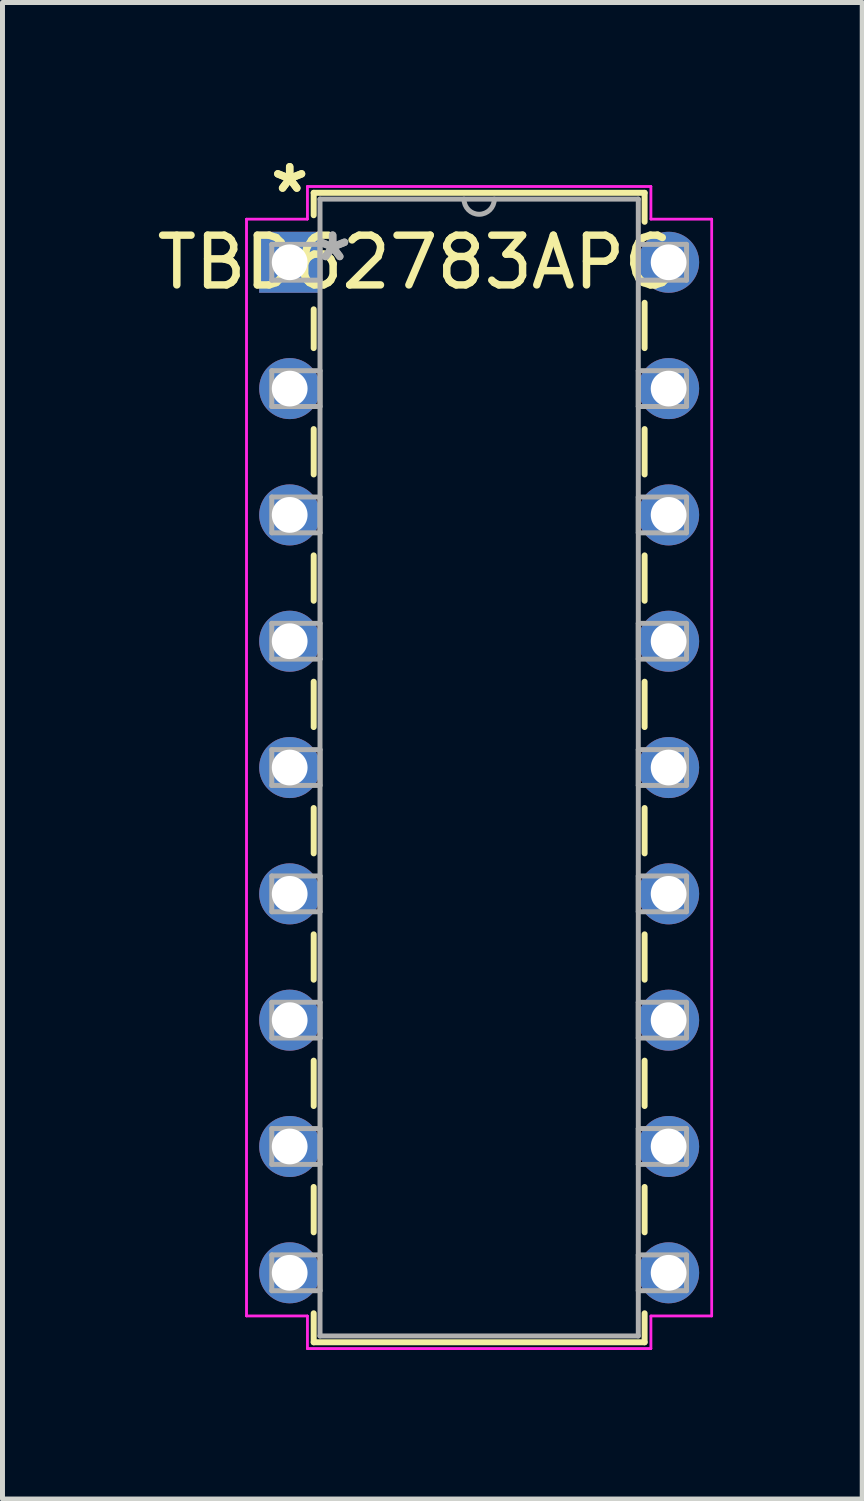
<source format=kicad_pcb>
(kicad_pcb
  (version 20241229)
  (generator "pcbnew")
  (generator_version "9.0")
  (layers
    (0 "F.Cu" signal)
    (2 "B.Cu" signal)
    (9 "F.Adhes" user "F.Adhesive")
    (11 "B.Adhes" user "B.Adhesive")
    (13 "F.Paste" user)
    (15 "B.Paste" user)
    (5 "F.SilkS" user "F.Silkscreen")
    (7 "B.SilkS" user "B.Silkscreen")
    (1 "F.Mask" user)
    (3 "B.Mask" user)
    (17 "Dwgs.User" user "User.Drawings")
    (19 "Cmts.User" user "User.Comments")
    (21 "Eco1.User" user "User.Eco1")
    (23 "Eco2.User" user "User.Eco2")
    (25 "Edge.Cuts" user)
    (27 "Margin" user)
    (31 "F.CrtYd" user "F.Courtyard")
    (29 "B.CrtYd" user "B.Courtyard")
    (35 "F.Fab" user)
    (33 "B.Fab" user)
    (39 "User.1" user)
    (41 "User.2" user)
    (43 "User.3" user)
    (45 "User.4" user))
  (footprint "TBD62783APG"
    (layer "F.Cu")
    (at 2.775 2.224)
    (property "Reference" "TBD62783APG" (at 2.54 0 0) (layer "F.SilkS") (effects (font (size 1 1) (thickness 0.15))))
    (attr through_hole)
    (fp_line (start 0.483 -1.397) (end 0.483 -0.946) (stroke (width 0.12) (type solid)) (layer "F.SilkS"))
    (fp_line (start 0.483 0.946) (end 0.483 1.726) (stroke (width 0.12) (type solid)) (layer "F.SilkS"))
    (fp_line (start 0.483 3.354) (end 0.483 4.266) (stroke (width 0.12) (type solid)) (layer "F.SilkS"))
    (fp_line (start 0.483 5.894) (end 0.483 6.806) (stroke (width 0.12) (type solid)) (layer "F.SilkS"))
    (fp_line (start 0.483 8.434) (end 0.483 9.346) (stroke (width 0.12) (type solid)) (layer "F.SilkS"))
    (fp_line (start 0.483 10.974) (end 0.483 11.886) (stroke (width 0.12) (type solid)) (layer "F.SilkS"))
    (fp_line (start 0.483 13.514) (end 0.483 14.426) (stroke (width 0.12) (type solid)) (layer "F.SilkS"))
    (fp_line (start 0.483 16.054) (end 0.483 16.966) (stroke (width 0.12) (type solid)) (layer "F.SilkS"))
    (fp_line (start 0.483 18.594) (end 0.483 19.506) (stroke (width 0.12) (type solid)) (layer "F.SilkS"))
    (fp_line (start 0.483 21.134) (end 0.483 21.717) (stroke (width 0.12) (type solid)) (layer "F.SilkS"))
    (fp_line (start 0.483 21.717) (end 7.137 21.717) (stroke (width 0.12) (type solid)) (layer "F.SilkS"))
    (fp_line (start 7.137 -1.397) (end 0.483 -1.397) (stroke (width 0.12) (type solid)) (layer "F.SilkS"))
    (fp_line (start 7.137 -0.814) (end 7.137 -1.397) (stroke (width 0.12) (type solid)) (layer "F.SilkS"))
    (fp_line (start 7.137 1.726) (end 7.137 0.814) (stroke (width 0.12) (type solid)) (layer "F.SilkS"))
    (fp_line (start 7.137 4.266) (end 7.137 3.354) (stroke (width 0.12) (type solid)) (layer "F.SilkS"))
    (fp_line (start 7.137 6.806) (end 7.137 5.894) (stroke (width 0.12) (type solid)) (layer "F.SilkS"))
    (fp_line (start 7.137 9.346) (end 7.137 8.434) (stroke (width 0.12) (type solid)) (layer "F.SilkS"))
    (fp_line (start 7.137 11.886) (end 7.137 10.974) (stroke (width 0.12) (type solid)) (layer "F.SilkS"))
    (fp_line (start 7.137 14.426) (end 7.137 13.514) (stroke (width 0.12) (type solid)) (layer "F.SilkS"))
    (fp_line (start 7.137 16.966) (end 7.137 16.054) (stroke (width 0.12) (type solid)) (layer "F.SilkS"))
    (fp_line (start 7.137 19.506) (end 7.137 18.594) (stroke (width 0.12) (type solid)) (layer "F.SilkS"))
    (fp_line (start 7.137 21.717) (end 7.137 21.134) (stroke (width 0.12) (type solid)) (layer "F.SilkS"))
    (fp_line (start -0.868 -0.868) (end -0.868 21.188) (stroke (width 0.05) (type solid)) (layer "F.CrtYd"))
    (fp_line (start -0.868 -0.868) (end 0.356 -0.868) (stroke (width 0.05) (type solid)) (layer "F.CrtYd"))
    (fp_line (start -0.868 21.188) (end -0.868 -0.868) (stroke (width 0.05) (type solid)) (layer "F.CrtYd"))
    (fp_line (start -0.868 21.188) (end 0.356 21.188) (stroke (width 0.05) (type solid)) (layer "F.CrtYd"))
    (fp_line (start 0.356 -1.524) (end 0.356 -0.868) (stroke (width 0.05) (type solid)) (layer "F.CrtYd"))
    (fp_line (start 0.356 -1.524) (end 7.264 -1.524) (stroke (width 0.05) (type solid)) (layer "F.CrtYd"))
    (fp_line (start 0.356 -0.868) (end -0.868 -0.868) (stroke (width 0.05) (type solid)) (layer "F.CrtYd"))
    (fp_line (start 0.356 -0.868) (end 0.356 -1.524) (stroke (width 0.05) (type solid)) (layer "F.CrtYd"))
    (fp_line (start 0.356 21.188) (end -0.868 21.188) (stroke (width 0.05) (type solid)) (layer "F.CrtYd"))
    (fp_line (start 0.356 21.188) (end 0.356 21.844) (stroke (width 0.05) (type solid)) (layer "F.CrtYd"))
    (fp_line (start 0.356 21.844) (end 0.356 21.188) (stroke (width 0.05) (type solid)) (layer "F.CrtYd"))
    (fp_line (start 0.356 21.844) (end 7.264 21.844) (stroke (width 0.05) (type solid)) (layer "F.CrtYd"))
    (fp_line (start 7.264 -1.524) (end 0.356 -1.524) (stroke (width 0.05) (type solid)) (layer "F.CrtYd"))
    (fp_line (start 7.264 -1.524) (end 7.264 -0.868) (stroke (width 0.05) (type solid)) (layer "F.CrtYd"))
    (fp_line (start 7.264 -0.868) (end 7.264 -1.524) (stroke (width 0.05) (type solid)) (layer "F.CrtYd"))
    (fp_line (start 7.264 21.188) (end 7.264 21.844) (stroke (width 0.05) (type solid)) (layer "F.CrtYd"))
    (fp_line (start 7.264 21.188) (end 8.488 21.188) (stroke (width 0.05) (type solid)) (layer "F.CrtYd"))
    (fp_line (start 7.264 21.844) (end 0.356 21.844) (stroke (width 0.05) (type solid)) (layer "F.CrtYd"))
    (fp_line (start 7.264 21.844) (end 7.264 21.188) (stroke (width 0.05) (type solid)) (layer "F.CrtYd"))
    (fp_line (start 8.488 -0.868) (end 7.264 -0.868) (stroke (width 0.05) (type solid)) (layer "F.CrtYd"))
    (fp_line (start 8.488 -0.868) (end 7.264 -0.868) (stroke (width 0.05) (type solid)) (layer "F.CrtYd"))
    (fp_line (start 8.488 -0.868) (end 8.488 21.188) (stroke (width 0.05) (type solid)) (layer "F.CrtYd"))
    (fp_line (start 8.488 21.188) (end 7.264 21.188) (stroke (width 0.05) (type solid)) (layer "F.CrtYd"))
    (fp_line (start 8.488 21.188) (end 8.488 -0.868) (stroke (width 0.05) (type solid)) (layer "F.CrtYd"))
    (fp_line (start -0.36 -0.36) (end -0.36 0.36) (stroke (width 0.1) (type solid)) (layer "F.Fab"))
    (fp_line (start -0.36 0.36) (end 0.61 0.36) (stroke (width 0.1) (type solid)) (layer "F.Fab"))
    (fp_line (start -0.36 2.18) (end -0.36 2.9) (stroke (width 0.1) (type solid)) (layer "F.Fab"))
    (fp_line (start -0.36 2.9) (end 0.61 2.9) (stroke (width 0.1) (type solid)) (layer "F.Fab"))
    (fp_line (start -0.36 4.72) (end -0.36 5.44) (stroke (width 0.1) (type solid)) (layer "F.Fab"))
    (fp_line (start -0.36 5.44) (end 0.61 5.44) (stroke (width 0.1) (type solid)) (layer "F.Fab"))
    (fp_line (start -0.36 7.26) (end -0.36 7.98) (stroke (width 0.1) (type solid)) (layer "F.Fab"))
    (fp_line (start -0.36 7.98) (end 0.61 7.98) (stroke (width 0.1) (type solid)) (layer "F.Fab"))
    (fp_line (start -0.36 9.8) (end -0.36 10.52) (stroke (width 0.1) (type solid)) (layer "F.Fab"))
    (fp_line (start -0.36 10.52) (end 0.61 10.52) (stroke (width 0.1) (type solid)) (layer "F.Fab"))
    (fp_line (start -0.36 12.34) (end -0.36 13.06) (stroke (width 0.1) (type solid)) (layer "F.Fab"))
    (fp_line (start -0.36 13.06) (end 0.61 13.06) (stroke (width 0.1) (type solid)) (layer "F.Fab"))
    (fp_line (start -0.36 14.88) (end -0.36 15.6) (stroke (width 0.1) (type solid)) (layer "F.Fab"))
    (fp_line (start -0.36 15.6) (end 0.61 15.6) (stroke (width 0.1) (type solid)) (layer "F.Fab"))
    (fp_line (start -0.36 17.42) (end -0.36 18.14) (stroke (width 0.1) (type solid)) (layer "F.Fab"))
    (fp_line (start -0.36 18.14) (end 0.61 18.14) (stroke (width 0.1) (type solid)) (layer "F.Fab"))
    (fp_line (start -0.36 19.96) (end -0.36 20.68) (stroke (width 0.1) (type solid)) (layer "F.Fab"))
    (fp_line (start -0.36 20.68) (end 0.61 20.68) (stroke (width 0.1) (type solid)) (layer "F.Fab"))
    (fp_line (start 0.61 -1.27) (end 0.61 21.59) (stroke (width 0.1) (type solid)) (layer "F.Fab"))
    (fp_line (start 0.61 -0.36) (end -0.36 -0.36) (stroke (width 0.1) (type solid)) (layer "F.Fab"))
    (fp_line (start 0.61 0.36) (end 0.61 -0.36) (stroke (width 0.1) (type solid)) (layer "F.Fab"))
    (fp_line (start 0.61 2.18) (end -0.36 2.18) (stroke (width 0.1) (type solid)) (layer "F.Fab"))
    (fp_line (start 0.61 2.9) (end 0.61 2.18) (stroke (width 0.1) (type solid)) (layer "F.Fab"))
    (fp_line (start 0.61 4.72) (end -0.36 4.72) (stroke (width 0.1) (type solid)) (layer "F.Fab"))
    (fp_line (start 0.61 5.44) (end 0.61 4.72) (stroke (width 0.1) (type solid)) (layer "F.Fab"))
    (fp_line (start 0.61 7.26) (end -0.36 7.26) (stroke (width 0.1) (type solid)) (layer "F.Fab"))
    (fp_line (start 0.61 7.98) (end 0.61 7.26) (stroke (width 0.1) (type solid)) (layer "F.Fab"))
    (fp_line (start 0.61 9.8) (end -0.36 9.8) (stroke (width 0.1) (type solid)) (layer "F.Fab"))
    (fp_line (start 0.61 10.52) (end 0.61 9.8) (stroke (width 0.1) (type solid)) (layer "F.Fab"))
    (fp_line (start 0.61 12.34) (end -0.36 12.34) (stroke (width 0.1) (type solid)) (layer "F.Fab"))
    (fp_line (start 0.61 13.06) (end 0.61 12.34) (stroke (width 0.1) (type solid)) (layer "F.Fab"))
    (fp_line (start 0.61 14.88) (end -0.36 14.88) (stroke (width 0.1) (type solid)) (layer "F.Fab"))
    (fp_line (start 0.61 15.6) (end 0.61 14.88) (stroke (width 0.1) (type solid)) (layer "F.Fab"))
    (fp_line (start 0.61 17.42) (end -0.36 17.42) (stroke (width 0.1) (type solid)) (layer "F.Fab"))
    (fp_line (start 0.61 18.14) (end 0.61 17.42) (stroke (width 0.1) (type solid)) (layer "F.Fab"))
    (fp_line (start 0.61 19.96) (end -0.36 19.96) (stroke (width 0.1) (type solid)) (layer "F.Fab"))
    (fp_line (start 0.61 20.68) (end 0.61 19.96) (stroke (width 0.1) (type solid)) (layer "F.Fab"))
    (fp_line (start 0.61 21.59) (end 7.01 21.59) (stroke (width 0.1) (type solid)) (layer "F.Fab"))
    (fp_line (start 7.01 -1.27) (end 0.61 -1.27) (stroke (width 0.1) (type solid)) (layer "F.Fab"))
    (fp_line (start 7.01 -0.36) (end 7.01 0.36) (stroke (width 0.1) (type solid)) (layer "F.Fab"))
    (fp_line (start 7.01 0.36) (end 7.98 0.36) (stroke (width 0.1) (type solid)) (layer "F.Fab"))
    (fp_line (start 7.01 2.18) (end 7.01 2.9) (stroke (width 0.1) (type solid)) (layer "F.Fab"))
    (fp_line (start 7.01 2.9) (end 7.98 2.9) (stroke (width 0.1) (type solid)) (layer "F.Fab"))
    (fp_line (start 7.01 4.72) (end 7.01 5.44) (stroke (width 0.1) (type solid)) (layer "F.Fab"))
    (fp_line (start 7.01 5.44) (end 7.98 5.44) (stroke (width 0.1) (type solid)) (layer "F.Fab"))
    (fp_line (start 7.01 7.26) (end 7.01 7.98) (stroke (width 0.1) (type solid)) (layer "F.Fab"))
    (fp_line (start 7.01 7.98) (end 7.98 7.98) (stroke (width 0.1) (type solid)) (layer "F.Fab"))
    (fp_line (start 7.01 9.8) (end 7.01 10.52) (stroke (width 0.1) (type solid)) (layer "F.Fab"))
    (fp_line (start 7.01 10.52) (end 7.98 10.52) (stroke (width 0.1) (type solid)) (layer "F.Fab"))
    (fp_line (start 7.01 12.34) (end 7.01 13.06) (stroke (width 0.1) (type solid)) (layer "F.Fab"))
    (fp_line (start 7.01 13.06) (end 7.98 13.06) (stroke (width 0.1) (type solid)) (layer "F.Fab"))
    (fp_line (start 7.01 14.88) (end 7.01 15.6) (stroke (width 0.1) (type solid)) (layer "F.Fab"))
    (fp_line (start 7.01 15.6) (end 7.98 15.6) (stroke (width 0.1) (type solid)) (layer "F.Fab"))
    (fp_line (start 7.01 17.42) (end 7.01 18.14) (stroke (width 0.1) (type solid)) (layer "F.Fab"))
    (fp_line (start 7.01 18.14) (end 7.98 18.14) (stroke (width 0.1) (type solid)) (layer "F.Fab"))
    (fp_line (start 7.01 19.96) (end 7.01 20.68) (stroke (width 0.1) (type solid)) (layer "F.Fab"))
    (fp_line (start 7.01 20.68) (end 7.98 20.68) (stroke (width 0.1) (type solid)) (layer "F.Fab"))
    (fp_line (start 7.01 21.59) (end 7.01 -1.27) (stroke (width 0.1) (type solid)) (layer "F.Fab"))
    (fp_line (start 7.98 -0.36) (end 7.01 -0.36) (stroke (width 0.1) (type solid)) (layer "F.Fab"))
    (fp_line (start 7.98 0.36) (end 7.98 -0.36) (stroke (width 0.1) (type solid)) (layer "F.Fab"))
    (fp_line (start 7.98 2.18) (end 7.01 2.18) (stroke (width 0.1) (type solid)) (layer "F.Fab"))
    (fp_line (start 7.98 2.9) (end 7.98 2.18) (stroke (width 0.1) (type solid)) (layer "F.Fab"))
    (fp_line (start 7.98 4.72) (end 7.01 4.72) (stroke (width 0.1) (type solid)) (layer "F.Fab"))
    (fp_line (start 7.98 5.44) (end 7.98 4.72) (stroke (width 0.1) (type solid)) (layer "F.Fab"))
    (fp_line (start 7.98 7.26) (end 7.01 7.26) (stroke (width 0.1) (type solid)) (layer "F.Fab"))
    (fp_line (start 7.98 7.98) (end 7.98 7.26) (stroke (width 0.1) (type solid)) (layer "F.Fab"))
    (fp_line (start 7.98 9.8) (end 7.01 9.8) (stroke (width 0.1) (type solid)) (layer "F.Fab"))
    (fp_line (start 7.98 10.52) (end 7.98 9.8) (stroke (width 0.1) (type solid)) (layer "F.Fab"))
    (fp_line (start 7.98 12.34) (end 7.01 12.34) (stroke (width 0.1) (type solid)) (layer "F.Fab"))
    (fp_line (start 7.98 13.06) (end 7.98 12.34) (stroke (width 0.1) (type solid)) (layer "F.Fab"))
    (fp_line (start 7.98 14.88) (end 7.01 14.88) (stroke (width 0.1) (type solid)) (layer "F.Fab"))
    (fp_line (start 7.98 15.6) (end 7.98 14.88) (stroke (width 0.1) (type solid)) (layer "F.Fab"))
    (fp_line (start 7.98 17.42) (end 7.01 17.42) (stroke (width 0.1) (type solid)) (layer "F.Fab"))
    (fp_line (start 7.98 18.14) (end 7.98 17.42) (stroke (width 0.1) (type solid)) (layer "F.Fab"))
    (fp_line (start 7.98 19.96) (end 7.01 19.96) (stroke (width 0.1) (type solid)) (layer "F.Fab"))
    (fp_line (start 7.98 20.68) (end 7.98 19.96) (stroke (width 0.1) (type solid)) (layer "F.Fab"))
    (fp_arc (start 4.1148 -1.27) (mid 3.81 -0.9652) (end 3.5052 -1.27) (stroke (width 0.1) (type solid)) (layer "F.Fab"))
    (fp_text user "*" (at 0 -1.376 0) (layer "F.SilkS") (effects (font (size 1 1) (thickness 0.15))))
    (fp_text user "*" (at 0 -1.376 0) (layer "F.SilkS") (effects (font (size 1 1) (thickness 0.15))))
    (fp_text user "*" (at 0.864 0 0) (layer "F.Fab") (effects (font (size 1 1) (thickness 0.15))))
    (fp_text user "*" (at 0.864 0 0) (layer "F.Fab") (effects (font (size 1 1) (thickness 0.15))))
    (pad "1" thru_hole rect (at 0 0) (size 1.227 1.227) (drill 0.719) (layers "*.Cu" "*.Mask"))
    (pad "2" thru_hole circle (at 0 2.54) (size 1.227 1.227) (drill 0.719) (layers "*.Cu" "*.Mask"))
    (pad "3" thru_hole circle (at 0 5.08) (size 1.227 1.227) (drill 0.719) (layers "*.Cu" "*.Mask"))
    (pad "4" thru_hole circle (at 0 7.62) (size 1.227 1.227) (drill 0.719) (layers "*.Cu" "*.Mask"))
    (pad "5" thru_hole circle (at 0 10.16) (size 1.227 1.227) (drill 0.719) (layers "*.Cu" "*.Mask"))
    (pad "6" thru_hole circle (at 0 12.7) (size 1.227 1.227) (drill 0.719) (layers "*.Cu" "*.Mask"))
    (pad "7" thru_hole circle (at 0 15.24) (size 1.227 1.227) (drill 0.719) (layers "*.Cu" "*.Mask"))
    (pad "8" thru_hole circle (at 0 17.78) (size 1.227 1.227) (drill 0.719) (layers "*.Cu" "*.Mask"))
    (pad "9" thru_hole circle (at 0 20.32) (size 1.227 1.227) (drill 0.719) (layers "*.Cu" "*.Mask"))
    (pad "10" thru_hole circle (at 7.62 20.32) (size 1.227 1.227) (drill 0.719) (layers "*.Cu" "*.Mask"))
    (pad "11" thru_hole circle (at 7.62 17.78) (size 1.227 1.227) (drill 0.719) (layers "*.Cu" "*.Mask"))
    (pad "12" thru_hole circle (at 7.62 15.24) (size 1.227 1.227) (drill 0.719) (layers "*.Cu" "*.Mask"))
    (pad "13" thru_hole circle (at 7.62 12.7) (size 1.227 1.227) (drill 0.719) (layers "*.Cu" "*.Mask"))
    (pad "14" thru_hole circle (at 7.62 10.16) (size 1.227 1.227) (drill 0.719) (layers "*.Cu" "*.Mask"))
    (pad "15" thru_hole circle (at 7.62 7.62) (size 1.227 1.227) (drill 0.719) (layers "*.Cu" "*.Mask"))
    (pad "16" thru_hole circle (at 7.62 5.08) (size 1.227 1.227) (drill 0.719) (layers "*.Cu" "*.Mask"))
    (pad "17" thru_hole circle (at 7.62 2.54) (size 1.227 1.227) (drill 0.719) (layers "*.Cu" "*.Mask"))
    (pad "18" thru_hole circle (at 7.62 0) (size 1.227 1.227) (drill 0.719) (layers "*.Cu" "*.Mask")))
  (gr_rect
    (start -3 -3)
    (end 14.288 27.093)
    (stroke (width 0.1) (type default))
    (fill no)
    (layer "Edge.Cuts")))
</source>
